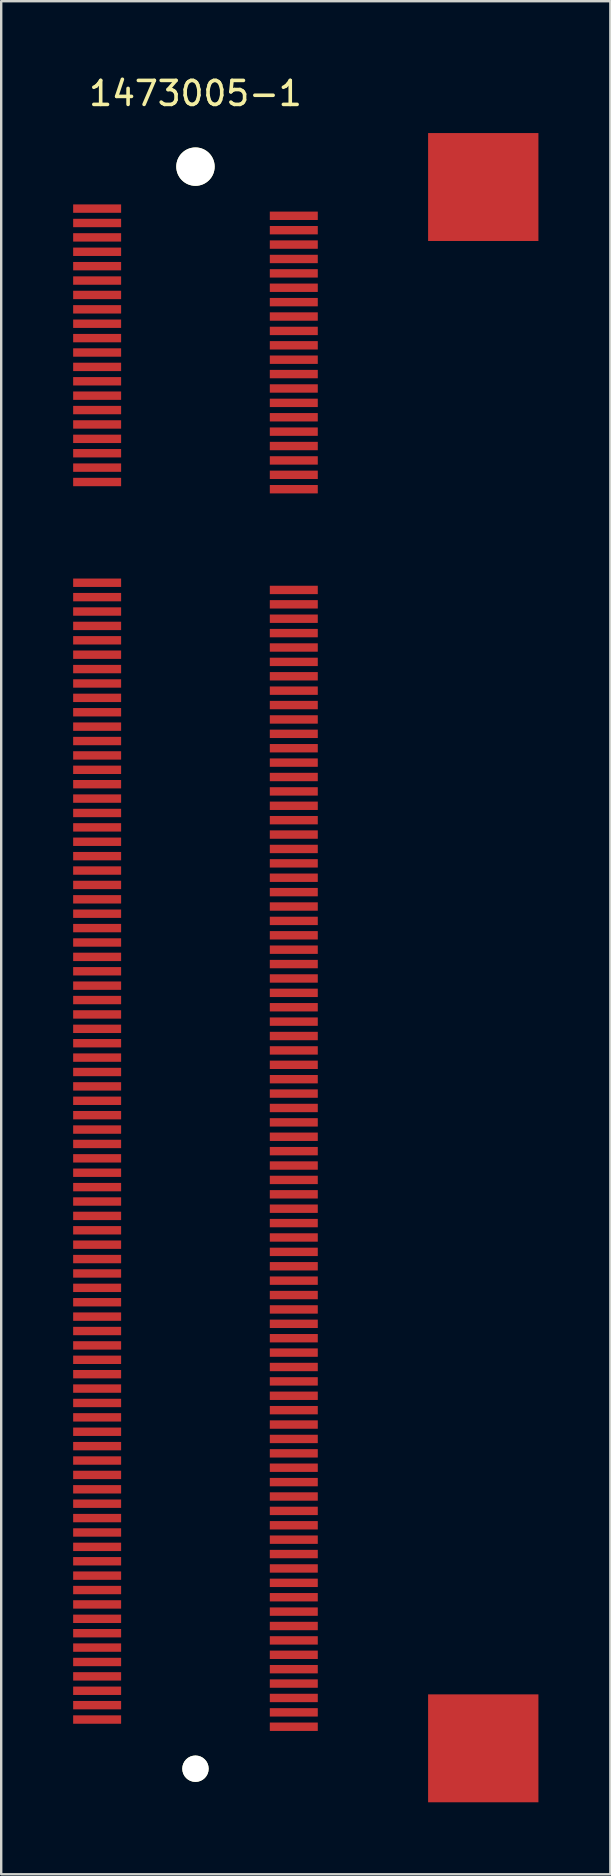
<source format=kicad_pcb>
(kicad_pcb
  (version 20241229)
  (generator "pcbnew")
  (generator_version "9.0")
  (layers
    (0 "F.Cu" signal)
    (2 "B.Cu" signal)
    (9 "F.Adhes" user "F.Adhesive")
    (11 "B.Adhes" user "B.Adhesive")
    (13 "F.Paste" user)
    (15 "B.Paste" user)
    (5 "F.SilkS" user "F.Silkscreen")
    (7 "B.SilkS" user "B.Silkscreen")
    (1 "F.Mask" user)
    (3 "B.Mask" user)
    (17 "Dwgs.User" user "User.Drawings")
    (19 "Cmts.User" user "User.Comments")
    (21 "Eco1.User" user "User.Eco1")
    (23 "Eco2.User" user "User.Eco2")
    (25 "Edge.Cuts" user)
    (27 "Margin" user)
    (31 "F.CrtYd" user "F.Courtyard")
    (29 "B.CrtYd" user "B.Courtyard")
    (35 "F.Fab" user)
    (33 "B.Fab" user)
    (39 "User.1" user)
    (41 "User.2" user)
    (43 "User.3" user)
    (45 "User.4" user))
  (footprint "1473005-1"
    (layer "F.Cu")
    (at 5.1 18.848)
    (property "Reference" "1473005-1" (at 0 -18 0) (layer "F.SilkS") (effects (font (size 1 1) (thickness 0.15))))
    (attr through_hole)
    (pad "" np_thru_hole circle (at 0 -14.95) (size 1.6 1.6) (drill 1.6) (layers "*.Cu" "*.Mask" "F.SilkS"))
    (pad "" np_thru_hole circle (at 0 51.85) (size 1.1 1.1) (drill 1.1) (layers "*.Cu" "*.Mask" "F.SilkS"))
    (pad "" smd rect (at 12 -14.1) (size 4.6 4.5) (layers "F.Cu" "F.Mask" "F.Paste"))
    (pad "" smd rect (at 12 51) (size 4.6 4.5) (layers "F.Cu" "F.Mask" "F.Paste"))
    (pad "1" smd rect (at -4.1 -13.2) (size 2 0.35) (layers "F.Cu" "F.Mask" "F.Paste"))
    (pad "2" smd rect (at 4.1 -12.9) (size 2 0.35) (layers "F.Cu" "F.Mask" "F.Paste"))
    (pad "3" smd rect (at -4.1 -12.6) (size 2 0.35) (layers "F.Cu" "F.Mask" "F.Paste"))
    (pad "4" smd rect (at 4.1 -12.3) (size 2 0.35) (layers "F.Cu" "F.Mask" "F.Paste"))
    (pad "5" smd rect (at -4.1 -12) (size 2 0.35) (layers "F.Cu" "F.Mask" "F.Paste"))
    (pad "6" smd rect (at 4.1 -11.7) (size 2 0.35) (layers "F.Cu" "F.Mask" "F.Paste"))
    (pad "7" smd rect (at -4.1 -11.4) (size 2 0.35) (layers "F.Cu" "F.Mask" "F.Paste"))
    (pad "8" smd rect (at 4.1 -11.1) (size 2 0.35) (layers "F.Cu" "F.Mask" "F.Paste"))
    (pad "9" smd rect (at -4.1 -10.8) (size 2 0.35) (layers "F.Cu" "F.Mask" "F.Paste"))
    (pad "10" smd rect (at 4.1 -10.5) (size 2 0.35) (layers "F.Cu" "F.Mask" "F.Paste"))
    (pad "11" smd rect (at -4.1 -10.2) (size 2 0.35) (layers "F.Cu" "F.Mask" "F.Paste"))
    (pad "12" smd rect (at 4.1 -9.9) (size 2 0.35) (layers "F.Cu" "F.Mask" "F.Paste"))
    (pad "13" smd rect (at -4.1 -9.6) (size 2 0.35) (layers "F.Cu" "F.Mask" "F.Paste"))
    (pad "14" smd rect (at 4.1 -9.3) (size 2 0.35) (layers "F.Cu" "F.Mask" "F.Paste"))
    (pad "15" smd rect (at -4.1 -9) (size 2 0.35) (layers "F.Cu" "F.Mask" "F.Paste"))
    (pad "16" smd rect (at 4.1 -8.7) (size 2 0.35) (layers "F.Cu" "F.Mask" "F.Paste"))
    (pad "17" smd rect (at -4.1 -8.4) (size 2 0.35) (layers "F.Cu" "F.Mask" "F.Paste"))
    (pad "18" smd rect (at 4.1 -8.1) (size 2 0.35) (layers "F.Cu" "F.Mask" "F.Paste"))
    (pad "19" smd rect (at -4.1 -7.8) (size 2 0.35) (layers "F.Cu" "F.Mask" "F.Paste"))
    (pad "20" smd rect (at 4.1 -7.5) (size 2 0.35) (layers "F.Cu" "F.Mask" "F.Paste"))
    (pad "21" smd rect (at -4.1 -7.2) (size 2 0.35) (layers "F.Cu" "F.Mask" "F.Paste"))
    (pad "22" smd rect (at 4.1 -6.9) (size 2 0.35) (layers "F.Cu" "F.Mask" "F.Paste"))
    (pad "23" smd rect (at -4.1 -6.6) (size 2 0.35) (layers "F.Cu" "F.Mask" "F.Paste"))
    (pad "24" smd rect (at 4.1 -6.3) (size 2 0.35) (layers "F.Cu" "F.Mask" "F.Paste"))
    (pad "25" smd rect (at -4.1 -6) (size 2 0.35) (layers "F.Cu" "F.Mask" "F.Paste"))
    (pad "26" smd rect (at 4.1 -5.7) (size 2 0.35) (layers "F.Cu" "F.Mask" "F.Paste"))
    (pad "27" smd rect (at -4.1 -5.4) (size 2 0.35) (layers "F.Cu" "F.Mask" "F.Paste"))
    (pad "28" smd rect (at 4.1 -5.1) (size 2 0.35) (layers "F.Cu" "F.Mask" "F.Paste"))
    (pad "29" smd rect (at -4.1 -4.8) (size 2 0.35) (layers "F.Cu" "F.Mask" "F.Paste"))
    (pad "30" smd rect (at 4.1 -4.5) (size 2 0.35) (layers "F.Cu" "F.Mask" "F.Paste"))
    (pad "31" smd rect (at -4.1 -4.2) (size 2 0.35) (layers "F.Cu" "F.Mask" "F.Paste"))
    (pad "32" smd rect (at 4.1 -3.9) (size 2 0.35) (layers "F.Cu" "F.Mask" "F.Paste"))
    (pad "33" smd rect (at -4.1 -3.6) (size 2 0.35) (layers "F.Cu" "F.Mask" "F.Paste"))
    (pad "34" smd rect (at 4.1 -3.3) (size 2 0.35) (layers "F.Cu" "F.Mask" "F.Paste"))
    (pad "35" smd rect (at -4.1 -3) (size 2 0.35) (layers "F.Cu" "F.Mask" "F.Paste"))
    (pad "36" smd rect (at 4.1 -2.7) (size 2 0.35) (layers "F.Cu" "F.Mask" "F.Paste"))
    (pad "37" smd rect (at -4.1 -2.4) (size 2 0.35) (layers "F.Cu" "F.Mask" "F.Paste"))
    (pad "38" smd rect (at 4.1 -2.1) (size 2 0.35) (layers "F.Cu" "F.Mask" "F.Paste"))
    (pad "39" smd rect (at -4.1 -1.8) (size 2 0.35) (layers "F.Cu" "F.Mask" "F.Paste"))
    (pad "40" smd rect (at 4.1 -1.5) (size 2 0.35) (layers "F.Cu" "F.Mask" "F.Paste"))
    (pad "41" smd rect (at -4.1 2.4) (size 2 0.35) (layers "F.Cu" "F.Mask" "F.Paste"))
    (pad "42" smd rect (at 4.1 2.7) (size 2 0.35) (layers "F.Cu" "F.Mask" "F.Paste"))
    (pad "43" smd rect (at -4.1 3) (size 2 0.35) (layers "F.Cu" "F.Mask" "F.Paste"))
    (pad "44" smd rect (at 4.1 3.3) (size 2 0.35) (layers "F.Cu" "F.Mask" "F.Paste"))
    (pad "45" smd rect (at -4.1 3.6) (size 2 0.35) (layers "F.Cu" "F.Mask" "F.Paste"))
    (pad "46" smd rect (at 4.1 3.9) (size 2 0.35) (layers "F.Cu" "F.Mask" "F.Paste"))
    (pad "47" smd rect (at -4.1 4.2) (size 2 0.35) (layers "F.Cu" "F.Mask" "F.Paste"))
    (pad "48" smd rect (at 4.1 4.5) (size 2 0.35) (layers "F.Cu" "F.Mask" "F.Paste"))
    (pad "49" smd rect (at -4.1 4.8) (size 2 0.35) (layers "F.Cu" "F.Mask" "F.Paste"))
    (pad "50" smd rect (at 4.1 5.1) (size 2 0.35) (layers "F.Cu" "F.Mask" "F.Paste"))
    (pad "51" smd rect (at -4.1 5.4) (size 2 0.35) (layers "F.Cu" "F.Mask" "F.Paste"))
    (pad "52" smd rect (at 4.1 5.7) (size 2 0.35) (layers "F.Cu" "F.Mask" "F.Paste"))
    (pad "53" smd rect (at -4.1 6) (size 2 0.35) (layers "F.Cu" "F.Mask" "F.Paste"))
    (pad "54" smd rect (at 4.1 6.3) (size 2 0.35) (layers "F.Cu" "F.Mask" "F.Paste"))
    (pad "55" smd rect (at -4.1 6.6) (size 2 0.35) (layers "F.Cu" "F.Mask" "F.Paste"))
    (pad "56" smd rect (at 4.1 6.9) (size 2 0.35) (layers "F.Cu" "F.Mask" "F.Paste"))
    (pad "57" smd rect (at -4.1 7.2) (size 2 0.35) (layers "F.Cu" "F.Mask" "F.Paste"))
    (pad "58" smd rect (at 4.1 7.5) (size 2 0.35) (layers "F.Cu" "F.Mask" "F.Paste"))
    (pad "59" smd rect (at -4.1 7.8) (size 2 0.35) (layers "F.Cu" "F.Mask" "F.Paste"))
    (pad "60" smd rect (at 4.1 8.1) (size 2 0.35) (layers "F.Cu" "F.Mask" "F.Paste"))
    (pad "61" smd rect (at -4.1 8.4) (size 2 0.35) (layers "F.Cu" "F.Mask" "F.Paste"))
    (pad "62" smd rect (at 4.1 8.7) (size 2 0.35) (layers "F.Cu" "F.Mask" "F.Paste"))
    (pad "63" smd rect (at -4.1 9) (size 2 0.35) (layers "F.Cu" "F.Mask" "F.Paste"))
    (pad "64" smd rect (at 4.1 9.3) (size 2 0.35) (layers "F.Cu" "F.Mask" "F.Paste"))
    (pad "65" smd rect (at -4.1 9.6) (size 2 0.35) (layers "F.Cu" "F.Mask" "F.Paste"))
    (pad "66" smd rect (at 4.1 9.9) (size 2 0.35) (layers "F.Cu" "F.Mask" "F.Paste"))
    (pad "67" smd rect (at -4.1 10.2) (size 2 0.35) (layers "F.Cu" "F.Mask" "F.Paste"))
    (pad "68" smd rect (at 4.1 10.5) (size 2 0.35) (layers "F.Cu" "F.Mask" "F.Paste"))
    (pad "69" smd rect (at -4.1 10.8) (size 2 0.35) (layers "F.Cu" "F.Mask" "F.Paste"))
    (pad "70" smd rect (at 4.1 11.1) (size 2 0.35) (layers "F.Cu" "F.Mask" "F.Paste"))
    (pad "71" smd rect (at -4.1 11.4) (size 2 0.35) (layers "F.Cu" "F.Mask" "F.Paste"))
    (pad "72" smd rect (at 4.1 11.7) (size 2 0.35) (layers "F.Cu" "F.Mask" "F.Paste"))
    (pad "73" smd rect (at -4.1 12) (size 2 0.35) (layers "F.Cu" "F.Mask" "F.Paste"))
    (pad "74" smd rect (at 4.1 12.3) (size 2 0.35) (layers "F.Cu" "F.Mask" "F.Paste"))
    (pad "75" smd rect (at -4.1 12.6) (size 2 0.35) (layers "F.Cu" "F.Mask" "F.Paste"))
    (pad "76" smd rect (at 4.1 12.9) (size 2 0.35) (layers "F.Cu" "F.Mask" "F.Paste"))
    (pad "77" smd rect (at -4.1 13.2) (size 2 0.35) (layers "F.Cu" "F.Mask" "F.Paste"))
    (pad "78" smd rect (at 4.1 13.5) (size 2 0.35) (layers "F.Cu" "F.Mask" "F.Paste"))
    (pad "79" smd rect (at -4.1 13.8) (size 2 0.35) (layers "F.Cu" "F.Mask" "F.Paste"))
    (pad "80" smd rect (at 4.1 14.1) (size 2 0.35) (layers "F.Cu" "F.Mask" "F.Paste"))
    (pad "81" smd rect (at -4.1 14.4) (size 2 0.35) (layers "F.Cu" "F.Mask" "F.Paste"))
    (pad "82" smd rect (at 4.1 14.7) (size 2 0.35) (layers "F.Cu" "F.Mask" "F.Paste"))
    (pad "83" smd rect (at -4.1 15) (size 2 0.35) (layers "F.Cu" "F.Mask" "F.Paste"))
    (pad "84" smd rect (at 4.1 15.3) (size 2 0.35) (layers "F.Cu" "F.Mask" "F.Paste"))
    (pad "85" smd rect (at -4.1 15.6) (size 2 0.35) (layers "F.Cu" "F.Mask" "F.Paste"))
    (pad "86" smd rect (at 4.1 15.9) (size 2 0.35) (layers "F.Cu" "F.Mask" "F.Paste"))
    (pad "87" smd rect (at -4.1 16.2) (size 2 0.35) (layers "F.Cu" "F.Mask" "F.Paste"))
    (pad "88" smd rect (at 4.1 16.5) (size 2 0.35) (layers "F.Cu" "F.Mask" "F.Paste"))
    (pad "89" smd rect (at -4.1 16.8) (size 2 0.35) (layers "F.Cu" "F.Mask" "F.Paste"))
    (pad "90" smd rect (at 4.1 17.1) (size 2 0.35) (layers "F.Cu" "F.Mask" "F.Paste"))
    (pad "91" smd rect (at -4.1 17.4) (size 2 0.35) (layers "F.Cu" "F.Mask" "F.Paste"))
    (pad "92" smd rect (at 4.1 17.7) (size 2 0.35) (layers "F.Cu" "F.Mask" "F.Paste"))
    (pad "93" smd rect (at -4.1 18) (size 2 0.35) (layers "F.Cu" "F.Mask" "F.Paste"))
    (pad "94" smd rect (at 4.1 18.3) (size 2 0.35) (layers "F.Cu" "F.Mask" "F.Paste"))
    (pad "95" smd rect (at -4.1 18.6) (size 2 0.35) (layers "F.Cu" "F.Mask" "F.Paste"))
    (pad "96" smd rect (at 4.1 18.9) (size 2 0.35) (layers "F.Cu" "F.Mask" "F.Paste"))
    (pad "97" smd rect (at -4.1 19.2) (size 2 0.35) (layers "F.Cu" "F.Mask" "F.Paste"))
    (pad "98" smd rect (at 4.1 19.5) (size 2 0.35) (layers "F.Cu" "F.Mask" "F.Paste"))
    (pad "99" smd rect (at -4.1 19.8) (size 2 0.35) (layers "F.Cu" "F.Mask" "F.Paste"))
    (pad "100" smd rect (at 4.1 20.1) (size 2 0.35) (layers "F.Cu" "F.Mask" "F.Paste"))
    (pad "101" smd rect (at -4.1 20.4) (size 2 0.35) (layers "F.Cu" "F.Mask" "F.Paste"))
    (pad "102" smd rect (at 4.1 20.7) (size 2 0.35) (layers "F.Cu" "F.Mask" "F.Paste"))
    (pad "103" smd rect (at -4.1 21) (size 2 0.35) (layers "F.Cu" "F.Mask" "F.Paste"))
    (pad "104" smd rect (at 4.1 21.3) (size 2 0.35) (layers "F.Cu" "F.Mask" "F.Paste"))
    (pad "105" smd rect (at -4.1 21.6) (size 2 0.35) (layers "F.Cu" "F.Mask" "F.Paste"))
    (pad "106" smd rect (at 4.1 21.9) (size 2 0.35) (layers "F.Cu" "F.Mask" "F.Paste"))
    (pad "107" smd rect (at -4.1 22.2) (size 2 0.35) (layers "F.Cu" "F.Mask" "F.Paste"))
    (pad "108" smd rect (at 4.1 22.5) (size 2 0.35) (layers "F.Cu" "F.Mask" "F.Paste"))
    (pad "109" smd rect (at -4.1 22.8) (size 2 0.35) (layers "F.Cu" "F.Mask" "F.Paste"))
    (pad "110" smd rect (at 4.1 23.1) (size 2 0.35) (layers "F.Cu" "F.Mask" "F.Paste"))
    (pad "111" smd rect (at -4.1 23.4) (size 2 0.35) (layers "F.Cu" "F.Mask" "F.Paste"))
    (pad "112" smd rect (at 4.1 23.7) (size 2 0.35) (layers "F.Cu" "F.Mask" "F.Paste"))
    (pad "113" smd rect (at -4.1 24) (size 2 0.35) (layers "F.Cu" "F.Mask" "F.Paste"))
    (pad "114" smd rect (at 4.1 24.3) (size 2 0.35) (layers "F.Cu" "F.Mask" "F.Paste"))
    (pad "115" smd rect (at -4.1 24.6) (size 2 0.35) (layers "F.Cu" "F.Mask" "F.Paste"))
    (pad "116" smd rect (at 4.1 24.9) (size 2 0.35) (layers "F.Cu" "F.Mask" "F.Paste"))
    (pad "117" smd rect (at -4.1 25.2) (size 2 0.35) (layers "F.Cu" "F.Mask" "F.Paste"))
    (pad "118" smd rect (at 4.1 25.5) (size 2 0.35) (layers "F.Cu" "F.Mask" "F.Paste"))
    (pad "119" smd rect (at -4.1 25.8) (size 2 0.35) (layers "F.Cu" "F.Mask" "F.Paste"))
    (pad "120" smd rect (at 4.1 26.1) (size 2 0.35) (layers "F.Cu" "F.Mask" "F.Paste"))
    (pad "121" smd rect (at -4.1 26.4) (size 2 0.35) (layers "F.Cu" "F.Mask" "F.Paste"))
    (pad "122" smd rect (at 4.1 26.7) (size 2 0.35) (layers "F.Cu" "F.Mask" "F.Paste"))
    (pad "123" smd rect (at -4.1 27) (size 2 0.35) (layers "F.Cu" "F.Mask" "F.Paste"))
    (pad "124" smd rect (at 4.1 27.3) (size 2 0.35) (layers "F.Cu" "F.Mask" "F.Paste"))
    (pad "125" smd rect (at -4.1 27.6) (size 2 0.35) (layers "F.Cu" "F.Mask" "F.Paste"))
    (pad "126" smd rect (at 4.1 27.9) (size 2 0.35) (layers "F.Cu" "F.Mask" "F.Paste"))
    (pad "127" smd rect (at -4.1 28.2) (size 2 0.35) (layers "F.Cu" "F.Mask" "F.Paste"))
    (pad "128" smd rect (at 4.1 28.5) (size 2 0.35) (layers "F.Cu" "F.Mask" "F.Paste"))
    (pad "129" smd rect (at -4.1 28.8) (size 2 0.35) (layers "F.Cu" "F.Mask" "F.Paste"))
    (pad "130" smd rect (at 4.1 29.1) (size 2 0.35) (layers "F.Cu" "F.Mask" "F.Paste"))
    (pad "131" smd rect (at -4.1 29.4) (size 2 0.35) (layers "F.Cu" "F.Mask" "F.Paste"))
    (pad "132" smd rect (at 4.1 29.7) (size 2 0.35) (layers "F.Cu" "F.Mask" "F.Paste"))
    (pad "133" smd rect (at -4.1 30) (size 2 0.35) (layers "F.Cu" "F.Mask" "F.Paste"))
    (pad "134" smd rect (at 4.1 30.3) (size 2 0.35) (layers "F.Cu" "F.Mask" "F.Paste"))
    (pad "135" smd rect (at -4.1 30.6) (size 2 0.35) (layers "F.Cu" "F.Mask" "F.Paste"))
    (pad "136" smd rect (at 4.1 30.9) (size 2 0.35) (layers "F.Cu" "F.Mask" "F.Paste"))
    (pad "137" smd rect (at -4.1 31.2) (size 2 0.35) (layers "F.Cu" "F.Mask" "F.Paste"))
    (pad "138" smd rect (at 4.1 31.5) (size 2 0.35) (layers "F.Cu" "F.Mask" "F.Paste"))
    (pad "139" smd rect (at -4.1 31.8) (size 2 0.35) (layers "F.Cu" "F.Mask" "F.Paste"))
    (pad "140" smd rect (at 4.1 32.1) (size 2 0.35) (layers "F.Cu" "F.Mask" "F.Paste"))
    (pad "141" smd rect (at -4.1 32.4) (size 2 0.35) (layers "F.Cu" "F.Mask" "F.Paste"))
    (pad "142" smd rect (at 4.1 32.7) (size 2 0.35) (layers "F.Cu" "F.Mask" "F.Paste"))
    (pad "143" smd rect (at -4.1 33) (size 2 0.35) (layers "F.Cu" "F.Mask" "F.Paste"))
    (pad "144" smd rect (at 4.1 33.3) (size 2 0.35) (layers "F.Cu" "F.Mask" "F.Paste"))
    (pad "145" smd rect (at -4.1 33.6) (size 2 0.35) (layers "F.Cu" "F.Mask" "F.Paste"))
    (pad "146" smd rect (at 4.1 33.9) (size 2 0.35) (layers "F.Cu" "F.Mask" "F.Paste"))
    (pad "147" smd rect (at -4.1 34.2) (size 2 0.35) (layers "F.Cu" "F.Mask" "F.Paste"))
    (pad "148" smd rect (at 4.1 34.5) (size 2 0.35) (layers "F.Cu" "F.Mask" "F.Paste"))
    (pad "149" smd rect (at -4.1 34.8) (size 2 0.35) (layers "F.Cu" "F.Mask" "F.Paste"))
    (pad "150" smd rect (at 4.1 35.1) (size 2 0.35) (layers "F.Cu" "F.Mask" "F.Paste"))
    (pad "151" smd rect (at -4.1 35.4) (size 2 0.35) (layers "F.Cu" "F.Mask" "F.Paste"))
    (pad "152" smd rect (at 4.1 35.7) (size 2 0.35) (layers "F.Cu" "F.Mask" "F.Paste"))
    (pad "153" smd rect (at -4.1 36) (size 2 0.35) (layers "F.Cu" "F.Mask" "F.Paste"))
    (pad "154" smd rect (at 4.1 36.3) (size 2 0.35) (layers "F.Cu" "F.Mask" "F.Paste"))
    (pad "155" smd rect (at -4.1 36.6) (size 2 0.35) (layers "F.Cu" "F.Mask" "F.Paste"))
    (pad "156" smd rect (at 4.1 36.9) (size 2 0.35) (layers "F.Cu" "F.Mask" "F.Paste"))
    (pad "157" smd rect (at -4.1 37.2) (size 2 0.35) (layers "F.Cu" "F.Mask" "F.Paste"))
    (pad "158" smd rect (at 4.1 37.5) (size 2 0.35) (layers "F.Cu" "F.Mask" "F.Paste"))
    (pad "159" smd rect (at -4.1 37.8) (size 2 0.35) (layers "F.Cu" "F.Mask" "F.Paste"))
    (pad "160" smd rect (at 4.1 38.1) (size 2 0.35) (layers "F.Cu" "F.Mask" "F.Paste"))
    (pad "161" smd rect (at -4.1 38.4) (size 2 0.35) (layers "F.Cu" "F.Mask" "F.Paste"))
    (pad "162" smd rect (at 4.1 38.7) (size 2 0.35) (layers "F.Cu" "F.Mask" "F.Paste"))
    (pad "163" smd rect (at -4.1 39) (size 2 0.35) (layers "F.Cu" "F.Mask" "F.Paste"))
    (pad "164" smd rect (at 4.1 39.3) (size 2 0.35) (layers "F.Cu" "F.Mask" "F.Paste"))
    (pad "165" smd rect (at -4.1 39.6) (size 2 0.35) (layers "F.Cu" "F.Mask" "F.Paste"))
    (pad "166" smd rect (at 4.1 39.9) (size 2 0.35) (layers "F.Cu" "F.Mask" "F.Paste"))
    (pad "167" smd rect (at -4.1 40.2) (size 2 0.35) (layers "F.Cu" "F.Mask" "F.Paste"))
    (pad "168" smd rect (at 4.1 40.5) (size 2 0.35) (layers "F.Cu" "F.Mask" "F.Paste"))
    (pad "169" smd rect (at -4.1 40.8) (size 2 0.35) (layers "F.Cu" "F.Mask" "F.Paste"))
    (pad "170" smd rect (at 4.1 41.1) (size 2 0.35) (layers "F.Cu" "F.Mask" "F.Paste"))
    (pad "171" smd rect (at -4.1 41.4) (size 2 0.35) (layers "F.Cu" "F.Mask" "F.Paste"))
    (pad "172" smd rect (at 4.1 41.7) (size 2 0.35) (layers "F.Cu" "F.Mask" "F.Paste"))
    (pad "173" smd rect (at -4.1 42) (size 2 0.35) (layers "F.Cu" "F.Mask" "F.Paste"))
    (pad "174" smd rect (at 4.1 42.3) (size 2 0.35) (layers "F.Cu" "F.Mask" "F.Paste"))
    (pad "175" smd rect (at -4.1 42.6) (size 2 0.35) (layers "F.Cu" "F.Mask" "F.Paste"))
    (pad "176" smd rect (at 4.1 42.9) (size 2 0.35) (layers "F.Cu" "F.Mask" "F.Paste"))
    (pad "177" smd rect (at -4.1 43.2) (size 2 0.35) (layers "F.Cu" "F.Mask" "F.Paste"))
    (pad "178" smd rect (at 4.1 43.5) (size 2 0.35) (layers "F.Cu" "F.Mask" "F.Paste"))
    (pad "179" smd rect (at -4.1 43.8) (size 2 0.35) (layers "F.Cu" "F.Mask" "F.Paste"))
    (pad "180" smd rect (at 4.1 44.1) (size 2 0.35) (layers "F.Cu" "F.Mask" "F.Paste"))
    (pad "181" smd rect (at -4.1 44.4) (size 2 0.35) (layers "F.Cu" "F.Mask" "F.Paste"))
    (pad "182" smd rect (at 4.1 44.7) (size 2 0.35) (layers "F.Cu" "F.Mask" "F.Paste"))
    (pad "183" smd rect (at -4.1 45) (size 2 0.35) (layers "F.Cu" "F.Mask" "F.Paste"))
    (pad "184" smd rect (at 4.1 45.3) (size 2 0.35) (layers "F.Cu" "F.Mask" "F.Paste"))
    (pad "185" smd rect (at -4.1 45.6) (size 2 0.35) (layers "F.Cu" "F.Mask" "F.Paste"))
    (pad "186" smd rect (at 4.1 45.9) (size 2 0.35) (layers "F.Cu" "F.Mask" "F.Paste"))
    (pad "187" smd rect (at -4.1 46.2) (size 2 0.35) (layers "F.Cu" "F.Mask" "F.Paste"))
    (pad "188" smd rect (at 4.1 46.5) (size 2 0.35) (layers "F.Cu" "F.Mask" "F.Paste"))
    (pad "189" smd rect (at -4.1 46.8) (size 2 0.35) (layers "F.Cu" "F.Mask" "F.Paste"))
    (pad "190" smd rect (at 4.1 47.1) (size 2 0.35) (layers "F.Cu" "F.Mask" "F.Paste"))
    (pad "191" smd rect (at -4.1 47.4) (size 2 0.35) (layers "F.Cu" "F.Mask" "F.Paste"))
    (pad "192" smd rect (at 4.1 47.7) (size 2 0.35) (layers "F.Cu" "F.Mask" "F.Paste"))
    (pad "193" smd rect (at -4.1 48) (size 2 0.35) (layers "F.Cu" "F.Mask" "F.Paste"))
    (pad "194" smd rect (at 4.1 48.3) (size 2 0.35) (layers "F.Cu" "F.Mask" "F.Paste"))
    (pad "195" smd rect (at -4.1 48.6) (size 2 0.35) (layers "F.Cu" "F.Mask" "F.Paste"))
    (pad "196" smd rect (at 4.1 48.9) (size 2 0.35) (layers "F.Cu" "F.Mask" "F.Paste"))
    (pad "197" smd rect (at -4.1 49.2) (size 2 0.35) (layers "F.Cu" "F.Mask" "F.Paste"))
    (pad "198" smd rect (at 4.1 49.5) (size 2 0.35) (layers "F.Cu" "F.Mask" "F.Paste"))
    (pad "199" smd rect (at -4.1 49.8) (size 2 0.35) (layers "F.Cu" "F.Mask" "F.Paste"))
    (pad "200" smd rect (at 4.1 50.1) (size 2 0.35) (layers "F.Cu" "F.Mask" "F.Paste")))
  (gr_rect
    (start -3 -3)
    (end 22.4 75.098)
    (stroke (width 0.1) (type default))
    (fill no)
    (layer "Edge.Cuts")))
</source>
